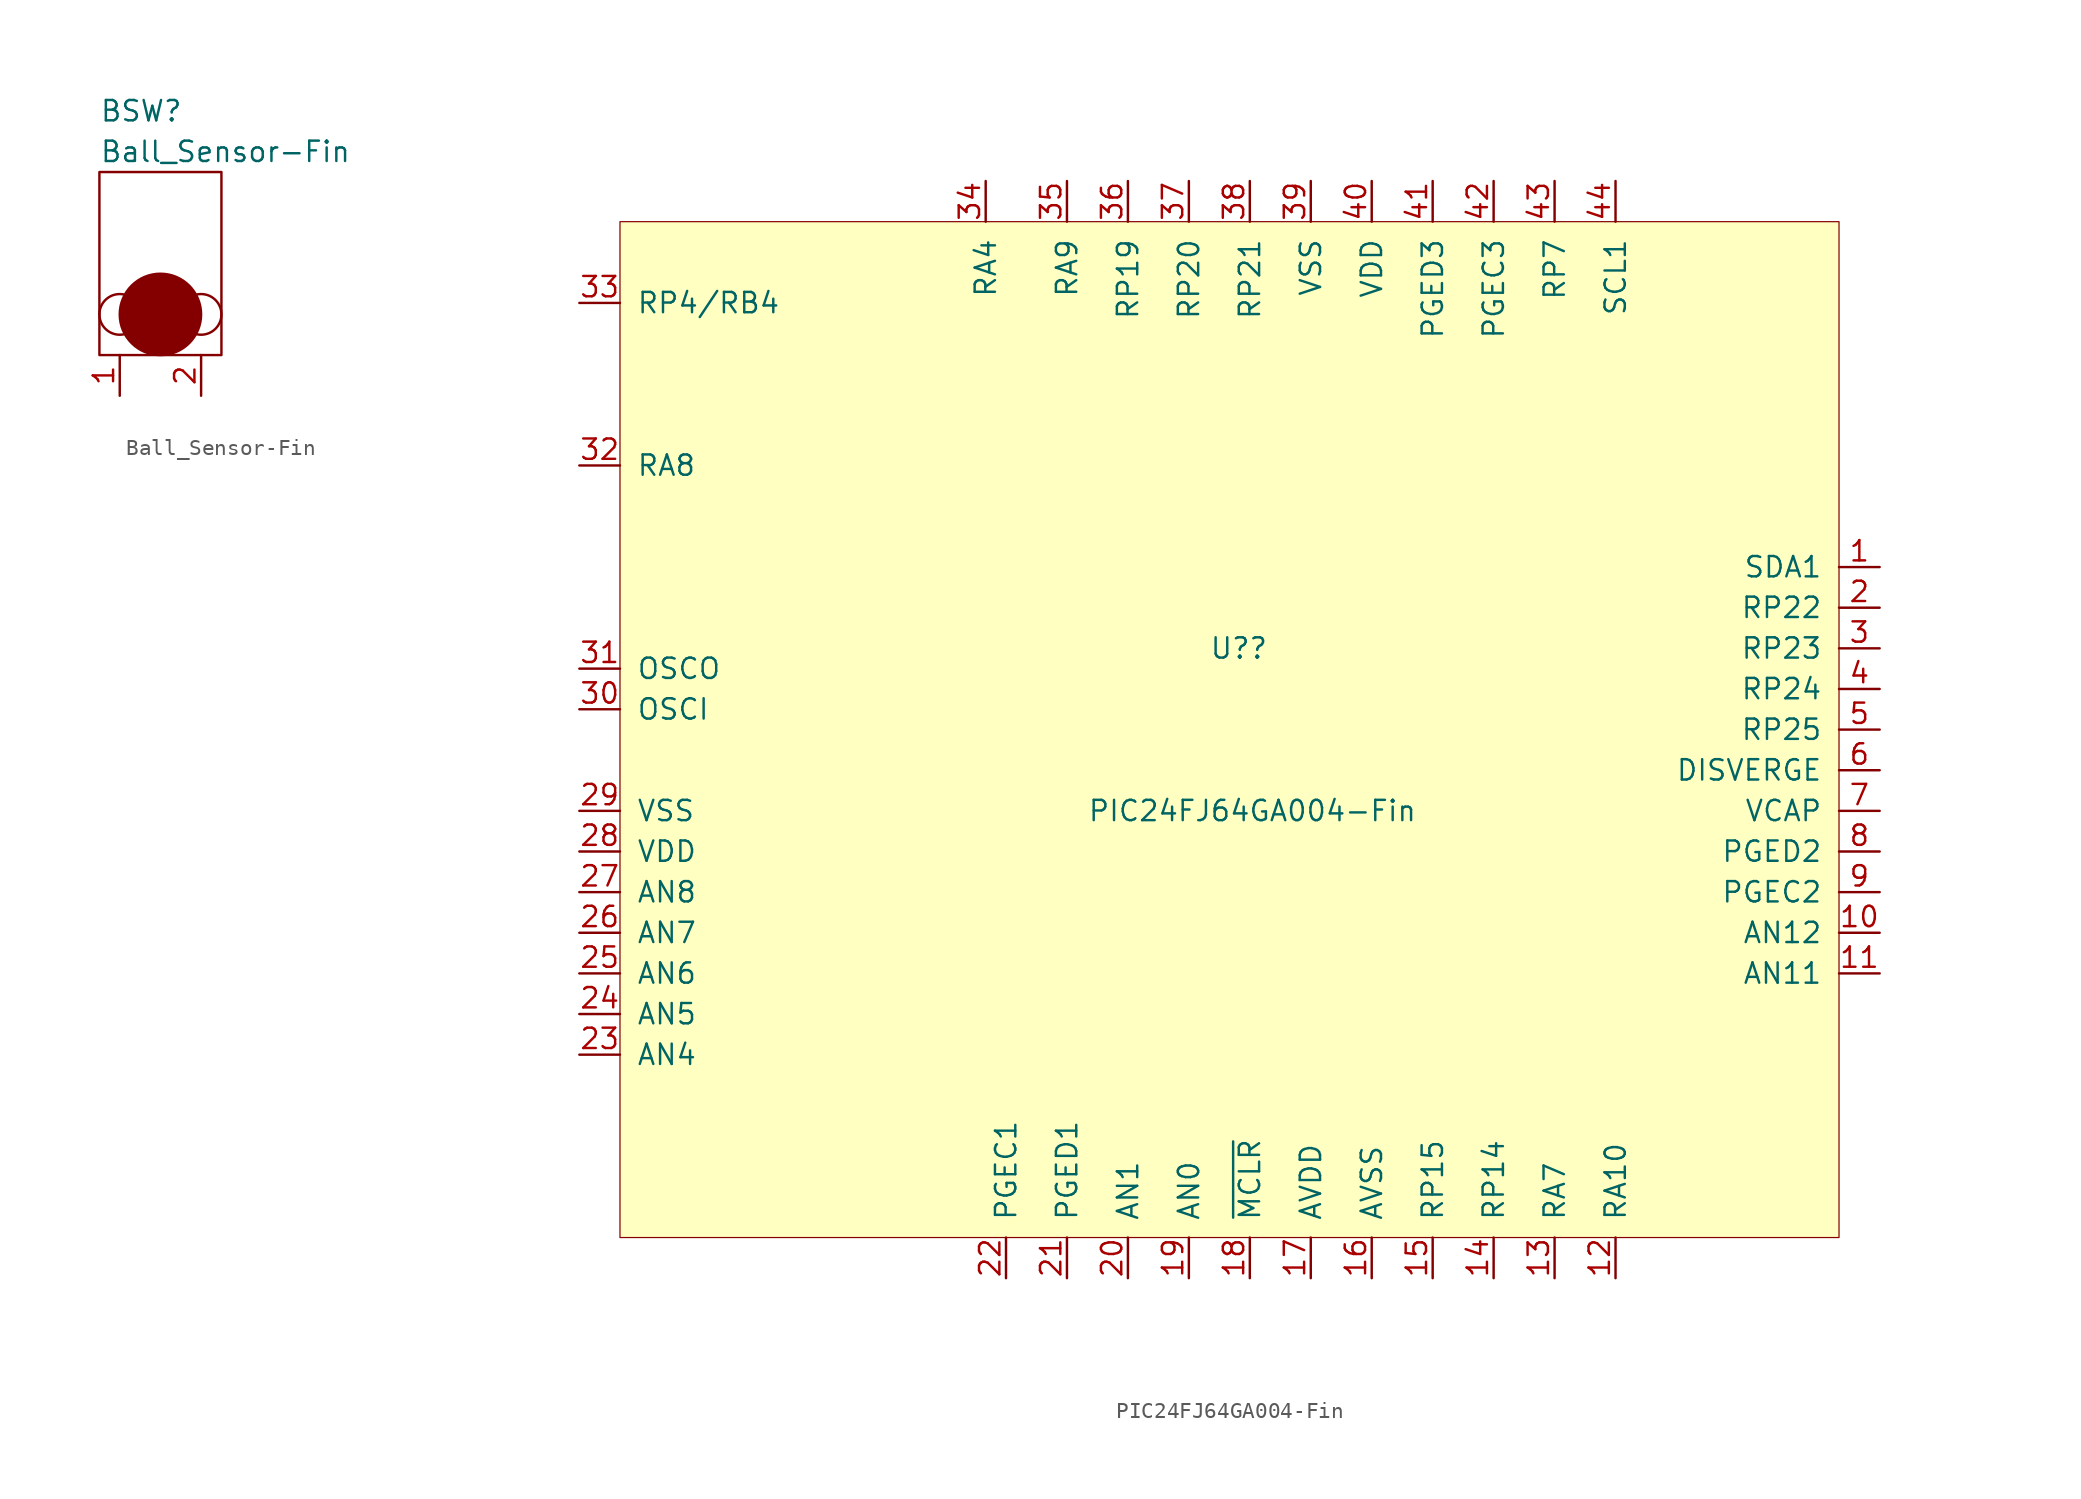
<source format=kicad_sym>
(kicad_symbol_lib
  (version 20220914)
  (generator kicad_symbol_editor)
  (symbol "Ball_Sensor-Fin"
    (pin_names
      (offset 1.016))
    (property "Reference" "BSW"
      (at -3.81 12.7 0)
      (effects (font (size 1.27 1.27)) (justify left)))
    (property "Value" "Ball_Sensor-Fin"
      (at -3.81 10.16 0)
      (effects (font (size 1.27 1.27)) (justify left)))
    (symbol "Ball_Sensor-Fin_0_1"
      (rectangle (start -3.81 -2.54) (end 3.81 8.89) (stroke (width 0) (type solid)) (fill (type none)))
      (circle (center -2.54 0) (radius 1.27) (stroke (width 0) (type solid)) (fill (type none)))
      (circle (center 0 0) (radius 2.54) (stroke (width 0) (type solid)) (fill (type outline)))
      (circle (center 2.54 0) (radius 1.27) (stroke (width 0) (type solid)) (fill (type none))))
    (symbol "Ball_Sensor-Fin_1_1"
      (pin passive line (at -2.54 -5.08 90) (length 2.54) (name "~" (effects (font (size 1.27 1.27)))) (number "1" (effects (font (size 1.27 1.27)))))
      (pin passive line (at 2.54 -5.08 90) (length 2.54) (name "~" (effects (font (size 1.27 1.27)))) (number "2" (effects (font (size 1.27 1.27)))))))
  (symbol "PIC24FJ64GA004-Fin"
    (pin_names
      (offset 1.016))
    (property "Reference" "U?"
      (at -1.27 7.62 0)
      (effects (font (size 1.27 1.27)) (justify left)))
    (property "Value" "PIC24FJ64GA004-Fin"
      (at -8.89 -2.54 0)
      (effects (font (size 1.27 1.27)) (justify left)))
    (symbol "PIC24FJ64GA004-Fin_1_1"
      (rectangle (start -38.1 34.29) (end 38.1 -29.21) (stroke (width 0.076) (type solid)) (fill (type background)))
      (pin bidirectional line (at 40.64 12.7 180) (length 2.54) (name "SDA1" (effects (font (size 1.27 1.27)))) (number "1" (effects (font (size 1.27 1.27)))) (alternate "RB9" input line) (alternate "RP9" input line))
      (pin bidirectional line (at 40.64 -10.16 180) (length 2.54) (name "AN12" (effects (font (size 1.27 1.27)))) (number "10" (effects (font (size 1.27 1.27)))) (alternate "RB12" input line) (alternate "RP12" input line))
      (pin bidirectional line (at 40.64 -12.7 180) (length 2.54) (name "AN11" (effects (font (size 1.27 1.27)))) (number "11" (effects (font (size 1.27 1.27)))) (alternate "RB13" input line) (alternate "RP13" input line))
      (pin bidirectional line (at 24.13 -31.75 90) (length 2.54) (name "RA10" (effects (font (size 1.27 1.27)))) (number "12" (effects (font (size 1.27 1.27)))))
      (pin bidirectional line (at 20.32 -31.75 90) (length 2.54) (name "RA7" (effects (font (size 1.27 1.27)))) (number "13" (effects (font (size 1.27 1.27)))))
      (pin bidirectional line (at 16.51 -31.75 90) (length 2.54) (name "RP14" (effects (font (size 1.27 1.27)))) (number "14" (effects (font (size 1.27 1.27)))) (alternate "RB14" input line))
      (pin bidirectional line (at 12.7 -31.75 90) (length 2.54) (name "RP15" (effects (font (size 1.27 1.27)))) (number "15" (effects (font (size 1.27 1.27)))) (alternate "RB15" input line))
      (pin passive line (at 8.89 -31.75 90) (length 2.54) (name "AVSS" (effects (font (size 1.27 1.27)))) (number "16" (effects (font (size 1.27 1.27)))))
      (pin power_in line (at 5.08 -31.75 90) (length 2.54) (name "AVDD" (effects (font (size 1.27 1.27)))) (number "17" (effects (font (size 1.27 1.27)))))
      (pin bidirectional line (at 1.27 -31.75 90) (length 2.54) (name "~{MCLR}" (effects (font (size 1.27 1.27)))) (number "18" (effects (font (size 1.27 1.27)))))
      (pin bidirectional line (at -2.54 -31.75 90) (length 2.54) (name "AN0" (effects (font (size 1.27 1.27)))) (number "19" (effects (font (size 1.27 1.27)))) (alternate "RA0" input line))
      (pin bidirectional line (at 40.64 10.16 180) (length 2.54) (name "RP22" (effects (font (size 1.27 1.27)))) (number "2" (effects (font (size 1.27 1.27)))) (alternate "RC6" input line))
      (pin bidirectional line (at -6.35 -31.75 90) (length 2.54) (name "AN1" (effects (font (size 1.27 1.27)))) (number "20" (effects (font (size 1.27 1.27)))) (alternate "RA1" input line))
      (pin bidirectional line (at -10.16 -31.75 90) (length 2.54) (name "PGED1" (effects (font (size 1.27 1.27)))) (number "21" (effects (font (size 1.27 1.27)))) (alternate "AN2" input line) (alternate "RB0" input line) (alternate "RP0" input line))
      (pin bidirectional line (at -13.97 -31.75 90) (length 2.54) (name "PGEC1" (effects (font (size 1.27 1.27)))) (number "22" (effects (font (size 1.27 1.27)))) (alternate "AN3" input line) (alternate "RB1" input line) (alternate "RP1" input line))
      (pin bidirectional line (at -40.64 -17.78 0) (length 2.54) (name "AN4" (effects (font (size 1.27 1.27)))) (number "23" (effects (font (size 1.27 1.27)))) (alternate "RB2" input line) (alternate "RP2" input line) (alternate "SDA2" input line))
      (pin bidirectional line (at -40.64 -15.24 0) (length 2.54) (name "AN5" (effects (font (size 1.27 1.27)))) (number "24" (effects (font (size 1.27 1.27)))) (alternate "RB3" input line) (alternate "RP3" input line) (alternate "SCL2" input line))
      (pin bidirectional line (at -40.64 -12.7 0) (length 2.54) (name "AN6" (effects (font (size 1.27 1.27)))) (number "25" (effects (font (size 1.27 1.27)))) (alternate "RC0" input line) (alternate "RP16" input line))
      (pin bidirectional line (at -40.64 -10.16 0) (length 2.54) (name "AN7" (effects (font (size 1.27 1.27)))) (number "26" (effects (font (size 1.27 1.27)))) (alternate "RC1" input line) (alternate "RP17" input line))
      (pin bidirectional line (at -40.64 -7.62 0) (length 2.54) (name "AN8" (effects (font (size 1.27 1.27)))) (number "27" (effects (font (size 1.27 1.27)))) (alternate "RC2" input line) (alternate "RP18" input line))
      (pin power_in line (at -40.64 -5.08 0) (length 2.54) (name "VDD" (effects (font (size 1.27 1.27)))) (number "28" (effects (font (size 1.27 1.27)))))
      (pin passive line (at -40.64 -2.54 0) (length 2.54) (name "VSS" (effects (font (size 1.27 1.27)))) (number "29" (effects (font (size 1.27 1.27)))))
      (pin bidirectional line (at 40.64 7.62 180) (length 2.54) (name "RP23" (effects (font (size 1.27 1.27)))) (number "3" (effects (font (size 1.27 1.27)))) (alternate "RC7" input line))
      (pin bidirectional line (at -40.64 3.81 0) (length 2.54) (name "OSCI" (effects (font (size 1.27 1.27)))) (number "30" (effects (font (size 1.27 1.27)))))
      (pin bidirectional line (at -40.64 6.35 0) (length 2.54) (name "OSCO" (effects (font (size 1.27 1.27)))) (number "31" (effects (font (size 1.27 1.27)))))
      (pin bidirectional line (at -40.64 19.05 0) (length 2.54) (name "RA8" (effects (font (size 1.27 1.27)))) (number "32" (effects (font (size 1.27 1.27)))))
      (pin bidirectional line (at -40.64 29.21 0) (length 2.54) (name "RP4/RB4" (effects (font (size 1.27 1.27)))) (number "33" (effects (font (size 1.27 1.27)))) (alternate "" input line))
      (pin bidirectional line (at -15.24 36.83 270) (length 2.54) (name "RA4" (effects (font (size 1.27 1.27)))) (number "34" (effects (font (size 1.27 1.27)))))
      (pin bidirectional line (at -10.16 36.83 270) (length 2.54) (name "RA9" (effects (font (size 1.27 1.27)))) (number "35" (effects (font (size 1.27 1.27)))))
      (pin bidirectional line (at -6.35 36.83 270) (length 2.54) (name "RP19" (effects (font (size 1.27 1.27)))) (number "36" (effects (font (size 1.27 1.27)))) (alternate "RC3" input line))
      (pin bidirectional line (at -2.54 36.83 270) (length 2.54) (name "RP20" (effects (font (size 1.27 1.27)))) (number "37" (effects (font (size 1.27 1.27)))) (alternate "RC4" input line))
      (pin bidirectional line (at 1.27 36.83 270) (length 2.54) (name "RP21" (effects (font (size 1.27 1.27)))) (number "38" (effects (font (size 1.27 1.27)))) (alternate "RC5" input line))
      (pin passive line (at 5.08 36.83 270) (length 2.54) (name "VSS" (effects (font (size 1.27 1.27)))) (number "39" (effects (font (size 1.27 1.27)))))
      (pin bidirectional line (at 40.64 5.08 180) (length 2.54) (name "RP24" (effects (font (size 1.27 1.27)))) (number "4" (effects (font (size 1.27 1.27)))) (alternate "RC8" input line))
      (pin power_in line (at 8.89 36.83 270) (length 2.54) (name "VDD" (effects (font (size 1.27 1.27)))) (number "40" (effects (font (size 1.27 1.27)))))
      (pin bidirectional line (at 12.7 36.83 270) (length 2.54) (name "PGED3" (effects (font (size 1.27 1.27)))) (number "41" (effects (font (size 1.27 1.27)))) (alternate "RB5" input line) (alternate "RP5" input line))
      (pin bidirectional line (at 16.51 36.83 270) (length 2.54) (name "PGEC3" (effects (font (size 1.27 1.27)))) (number "42" (effects (font (size 1.27 1.27)))) (alternate "RB6" input line) (alternate "RP6" input line))
      (pin bidirectional line (at 20.32 36.83 270) (length 2.54) (name "RP7" (effects (font (size 1.27 1.27)))) (number "43" (effects (font (size 1.27 1.27)))) (alternate "INT0" input line) (alternate "RB7" input line))
      (pin bidirectional line (at 24.13 36.83 270) (length 2.54) (name "SCL1" (effects (font (size 1.27 1.27)))) (number "44" (effects (font (size 1.27 1.27)))) (alternate "RB8" input line) (alternate "RP8" input line))
      (pin bidirectional line (at 40.64 2.54 180) (length 2.54) (name "RP25" (effects (font (size 1.27 1.27)))) (number "5" (effects (font (size 1.27 1.27)))) (alternate "RC9" input line))
      (pin passive line (at 40.64 0 180) (length 2.54) (name "DISVERGE" (effects (font (size 1.27 1.27)))) (number "6" (effects (font (size 1.27 1.27)))))
      (pin power_out line (at 40.64 -2.54 180) (length 2.54) (name "VCAP" (effects (font (size 1.27 1.27)))) (number "7" (effects (font (size 1.27 1.27)))))
      (pin bidirectional line (at 40.64 -5.08 180) (length 2.54) (name "PGED2" (effects (font (size 1.27 1.27)))) (number "8" (effects (font (size 1.27 1.27)))) (alternate "RB10" input line) (alternate "RP10" input line))
      (pin bidirectional line (at 40.64 -7.62 180) (length 2.54) (name "PGEC2" (effects (font (size 1.27 1.27)))) (number "9" (effects (font (size 1.27 1.27)))) (alternate "RB11" input line) (alternate "RP11" input line)))))
</source>
